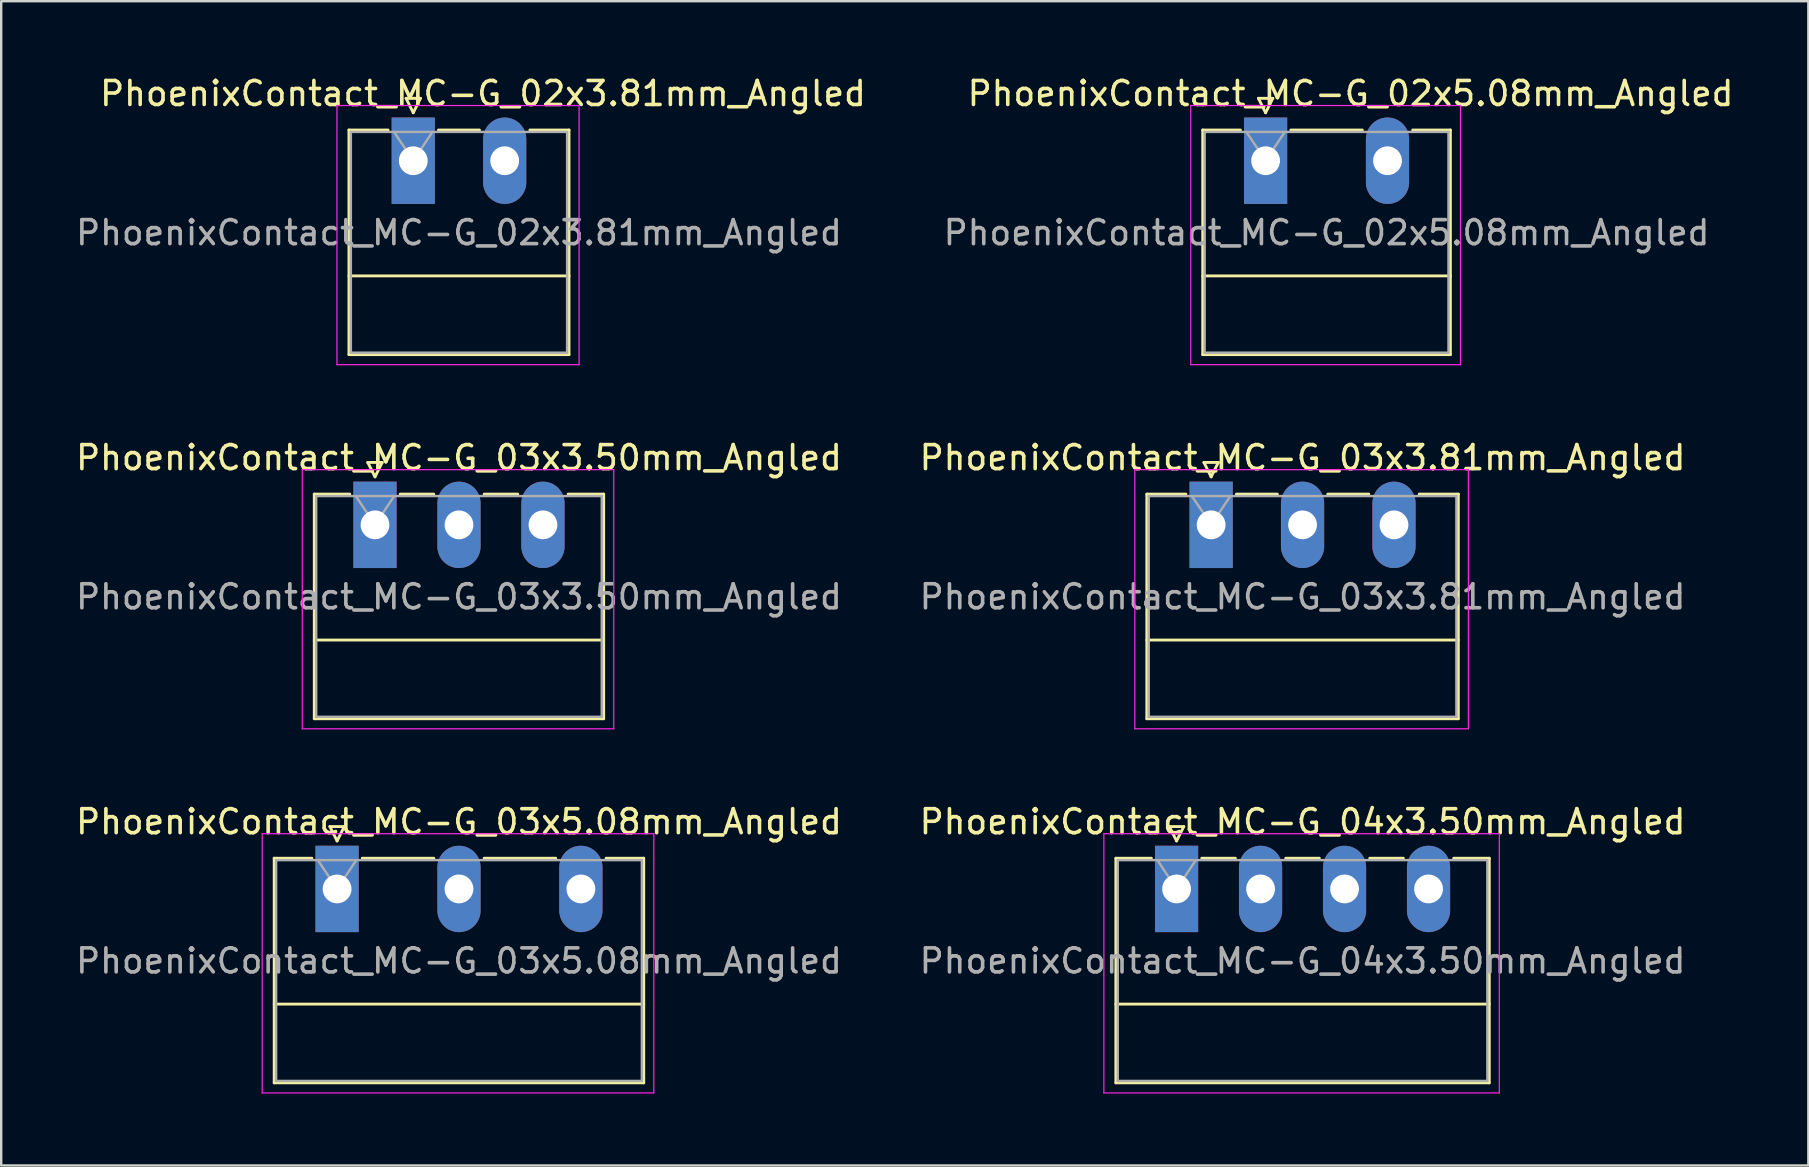
<source format=kicad_pcb>
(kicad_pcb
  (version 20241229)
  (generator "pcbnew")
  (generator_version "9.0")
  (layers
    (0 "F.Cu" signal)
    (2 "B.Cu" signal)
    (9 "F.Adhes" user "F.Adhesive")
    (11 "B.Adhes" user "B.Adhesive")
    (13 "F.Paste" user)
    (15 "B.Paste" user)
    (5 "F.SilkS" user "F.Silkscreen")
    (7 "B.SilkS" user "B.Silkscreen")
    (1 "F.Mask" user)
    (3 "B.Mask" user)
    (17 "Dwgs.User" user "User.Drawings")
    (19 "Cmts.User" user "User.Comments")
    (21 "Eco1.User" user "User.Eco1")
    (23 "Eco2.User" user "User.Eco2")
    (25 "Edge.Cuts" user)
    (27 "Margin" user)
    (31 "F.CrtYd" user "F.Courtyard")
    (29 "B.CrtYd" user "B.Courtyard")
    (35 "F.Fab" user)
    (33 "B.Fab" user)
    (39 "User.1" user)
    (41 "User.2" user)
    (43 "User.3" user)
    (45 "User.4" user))
  (footprint "PhoenixContact_MC-G_03x5.08mm_Angled"
    (layer "F.Cu")
    (at 10.997 33.995)
    (property "Reference" "PhoenixContact_MC-G_03x5.08mm_Angled" (at 5.08 -2.8 0) (layer "F.SilkS") (effects (font (size 1 1) (thickness 0.15))))
    (attr through_hole)
    (fp_line (start -2.62 -1.28) (end -2.62 8.08) (stroke (width 0.12) (type solid)) (layer "F.SilkS"))
    (fp_line (start -2.62 -1.28) (end -1.05 -1.28) (stroke (width 0.12) (type solid)) (layer "F.SilkS"))
    (fp_line (start -2.62 4.8) (end 12.78 4.8) (stroke (width 0.12) (type solid)) (layer "F.SilkS"))
    (fp_line (start -2.62 8.08) (end 12.78 8.08) (stroke (width 0.12) (type solid)) (layer "F.SilkS"))
    (fp_line (start -0.3 -2.6) (end 0.3 -2.6) (stroke (width 0.12) (type solid)) (layer "F.SilkS"))
    (fp_line (start 0 -2) (end -0.3 -2.6) (stroke (width 0.12) (type solid)) (layer "F.SilkS"))
    (fp_line (start 0.3 -2.6) (end 0 -2) (stroke (width 0.12) (type solid)) (layer "F.SilkS"))
    (fp_line (start 1.05 -1.28) (end 4.03 -1.28) (stroke (width 0.12) (type solid)) (layer "F.SilkS"))
    (fp_line (start 6.13 -1.28) (end 9.11 -1.28) (stroke (width 0.12) (type solid)) (layer "F.SilkS"))
    (fp_line (start 12.78 -1.28) (end 11.21 -1.28) (stroke (width 0.12) (type solid)) (layer "F.SilkS"))
    (fp_line (start 12.78 8.08) (end 12.78 -1.28) (stroke (width 0.12) (type solid)) (layer "F.SilkS"))
    (fp_line (start -3.12 -2.3) (end -3.12 8.5) (stroke (width 0.05) (type solid)) (layer "F.CrtYd"))
    (fp_line (start -3.12 8.5) (end 13.2 8.5) (stroke (width 0.05) (type solid)) (layer "F.CrtYd"))
    (fp_line (start 13.2 -2.3) (end -3.12 -2.3) (stroke (width 0.05) (type solid)) (layer "F.CrtYd"))
    (fp_line (start 13.2 8.5) (end 13.2 -2.3) (stroke (width 0.05) (type solid)) (layer "F.CrtYd"))
    (fp_line (start -2.54 -1.2) (end -2.54 8) (stroke (width 0.1) (type solid)) (layer "F.Fab"))
    (fp_line (start -2.54 8) (end 12.7 8) (stroke (width 0.1) (type solid)) (layer "F.Fab"))
    (fp_line (start 0 0) (end -0.8 -1.2) (stroke (width 0.1) (type solid)) (layer "F.Fab"))
    (fp_line (start 0.8 -1.2) (end 0 0) (stroke (width 0.1) (type solid)) (layer "F.Fab"))
    (fp_line (start 12.7 -1.2) (end -2.54 -1.2) (stroke (width 0.1) (type solid)) (layer "F.Fab"))
    (fp_line (start 12.7 8) (end 12.7 -1.2) (stroke (width 0.1) (type solid)) (layer "F.Fab"))
    (fp_text user "${REFERENCE}" (at 5.08 3 0) (layer "F.Fab") (effects (font (size 1 1) (thickness 0.15))))
    (pad "1" thru_hole rect (at 0 0) (size 1.8 3.6) (drill 1.2) (layers "*.Cu" "*.Mask"))
    (pad "2" thru_hole oval (at 5.08 0) (size 1.8 3.6) (drill 1.2) (layers "*.Cu" "*.Mask"))
    (pad "3" thru_hole oval (at 10.16 0) (size 1.8 3.6) (drill 1.2) (layers "*.Cu" "*.Mask")))
  (footprint "PhoenixContact_MC-G_02x3.81mm_Angled"
    (layer "F.Cu")
    (at 14.172 3.648)
    (property "Reference" "PhoenixContact_MC-G_02x3.81mm_Angled" (at 2.905 -2.8 0) (layer "F.SilkS") (effects (font (size 1 1) (thickness 0.15))))
    (attr through_hole)
    (fp_line (start -2.68 -1.28) (end -2.68 8.08) (stroke (width 0.12) (type solid)) (layer "F.SilkS"))
    (fp_line (start -2.68 -1.28) (end -1.05 -1.28) (stroke (width 0.12) (type solid)) (layer "F.SilkS"))
    (fp_line (start -2.68 4.8) (end 6.49 4.8) (stroke (width 0.12) (type solid)) (layer "F.SilkS"))
    (fp_line (start -2.68 8.08) (end 6.49 8.08) (stroke (width 0.12) (type solid)) (layer "F.SilkS"))
    (fp_line (start -0.3 -2.6) (end 0.3 -2.6) (stroke (width 0.12) (type solid)) (layer "F.SilkS"))
    (fp_line (start 0 -2) (end -0.3 -2.6) (stroke (width 0.12) (type solid)) (layer "F.SilkS"))
    (fp_line (start 0.3 -2.6) (end 0 -2) (stroke (width 0.12) (type solid)) (layer "F.SilkS"))
    (fp_line (start 1.05 -1.28) (end 2.76 -1.28) (stroke (width 0.12) (type solid)) (layer "F.SilkS"))
    (fp_line (start 6.49 -1.28) (end 4.86 -1.28) (stroke (width 0.12) (type solid)) (layer "F.SilkS"))
    (fp_line (start 6.49 8.08) (end 6.49 -1.28) (stroke (width 0.12) (type solid)) (layer "F.SilkS"))
    (fp_line (start -3.18 -2.3) (end -3.18 8.5) (stroke (width 0.05) (type solid)) (layer "F.CrtYd"))
    (fp_line (start -3.18 8.5) (end 6.91 8.5) (stroke (width 0.05) (type solid)) (layer "F.CrtYd"))
    (fp_line (start 6.91 -2.3) (end -3.18 -2.3) (stroke (width 0.05) (type solid)) (layer "F.CrtYd"))
    (fp_line (start 6.91 8.5) (end 6.91 -2.3) (stroke (width 0.05) (type solid)) (layer "F.CrtYd"))
    (fp_line (start -2.6 -1.2) (end -2.6 8) (stroke (width 0.1) (type solid)) (layer "F.Fab"))
    (fp_line (start -2.6 8) (end 6.41 8) (stroke (width 0.1) (type solid)) (layer "F.Fab"))
    (fp_line (start 0 0) (end -0.8 -1.2) (stroke (width 0.1) (type solid)) (layer "F.Fab"))
    (fp_line (start 0.8 -1.2) (end 0 0) (stroke (width 0.1) (type solid)) (layer "F.Fab"))
    (fp_line (start 6.41 -1.2) (end -2.6 -1.2) (stroke (width 0.1) (type solid)) (layer "F.Fab"))
    (fp_line (start 6.41 8) (end 6.41 -1.2) (stroke (width 0.1) (type solid)) (layer "F.Fab"))
    (fp_text user "${REFERENCE}" (at 1.905 3 0) (layer "F.Fab") (effects (font (size 1 1) (thickness 0.15))))
    (pad "1" thru_hole rect (at 0 0) (size 1.8 3.6) (drill 1.2) (layers "*.Cu" "*.Mask"))
    (pad "2" thru_hole oval (at 3.81 0) (size 1.8 3.6) (drill 1.2) (layers "*.Cu" "*.Mask")))
  (footprint "PhoenixContact_MC-G_03x3.81mm_Angled"
    (layer "F.Cu")
    (at 47.422 18.822)
    (property "Reference" "PhoenixContact_MC-G_03x3.81mm_Angled" (at 3.81 -2.8 0) (layer "F.SilkS") (effects (font (size 1 1) (thickness 0.15))))
    (attr through_hole)
    (fp_line (start -2.68 -1.28) (end -2.68 8.08) (stroke (width 0.12) (type solid)) (layer "F.SilkS"))
    (fp_line (start -2.68 -1.28) (end -1.05 -1.28) (stroke (width 0.12) (type solid)) (layer "F.SilkS"))
    (fp_line (start -2.68 4.8) (end 10.3 4.8) (stroke (width 0.12) (type solid)) (layer "F.SilkS"))
    (fp_line (start -2.68 8.08) (end 10.3 8.08) (stroke (width 0.12) (type solid)) (layer "F.SilkS"))
    (fp_line (start -0.3 -2.6) (end 0.3 -2.6) (stroke (width 0.12) (type solid)) (layer "F.SilkS"))
    (fp_line (start 0 -2) (end -0.3 -2.6) (stroke (width 0.12) (type solid)) (layer "F.SilkS"))
    (fp_line (start 0.3 -2.6) (end 0 -2) (stroke (width 0.12) (type solid)) (layer "F.SilkS"))
    (fp_line (start 1.05 -1.28) (end 2.76 -1.28) (stroke (width 0.12) (type solid)) (layer "F.SilkS"))
    (fp_line (start 4.86 -1.28) (end 6.57 -1.28) (stroke (width 0.12) (type solid)) (layer "F.SilkS"))
    (fp_line (start 10.3 -1.28) (end 8.67 -1.28) (stroke (width 0.12) (type solid)) (layer "F.SilkS"))
    (fp_line (start 10.3 8.08) (end 10.3 -1.28) (stroke (width 0.12) (type solid)) (layer "F.SilkS"))
    (fp_line (start -3.18 -2.3) (end -3.18 8.5) (stroke (width 0.05) (type solid)) (layer "F.CrtYd"))
    (fp_line (start -3.18 8.5) (end 10.72 8.5) (stroke (width 0.05) (type solid)) (layer "F.CrtYd"))
    (fp_line (start 10.72 -2.3) (end -3.18 -2.3) (stroke (width 0.05) (type solid)) (layer "F.CrtYd"))
    (fp_line (start 10.72 8.5) (end 10.72 -2.3) (stroke (width 0.05) (type solid)) (layer "F.CrtYd"))
    (fp_line (start -2.6 -1.2) (end -2.6 8) (stroke (width 0.1) (type solid)) (layer "F.Fab"))
    (fp_line (start -2.6 8) (end 10.22 8) (stroke (width 0.1) (type solid)) (layer "F.Fab"))
    (fp_line (start 0 0) (end -0.8 -1.2) (stroke (width 0.1) (type solid)) (layer "F.Fab"))
    (fp_line (start 0.8 -1.2) (end 0 0) (stroke (width 0.1) (type solid)) (layer "F.Fab"))
    (fp_line (start 10.22 -1.2) (end -2.6 -1.2) (stroke (width 0.1) (type solid)) (layer "F.Fab"))
    (fp_line (start 10.22 8) (end 10.22 -1.2) (stroke (width 0.1) (type solid)) (layer "F.Fab"))
    (fp_text user "${REFERENCE}" (at 3.81 3 0) (layer "F.Fab") (effects (font (size 1 1) (thickness 0.15))))
    (pad "1" thru_hole rect (at 0 0) (size 1.8 3.6) (drill 1.2) (layers "*.Cu" "*.Mask"))
    (pad "2" thru_hole oval (at 3.81 0) (size 1.8 3.6) (drill 1.2) (layers "*.Cu" "*.Mask"))
    (pad "3" thru_hole oval (at 7.62 0) (size 1.8 3.6) (drill 1.2) (layers "*.Cu" "*.Mask")))
  (footprint "PhoenixContact_MC-G_04x3.50mm_Angled"
    (layer "F.Cu")
    (at 45.982 33.995)
    (property "Reference" "PhoenixContact_MC-G_04x3.50mm_Angled" (at 5.25 -2.8 0) (layer "F.SilkS") (effects (font (size 1 1) (thickness 0.15))))
    (attr through_hole)
    (fp_line (start -2.53 -1.28) (end -2.53 8.08) (stroke (width 0.12) (type solid)) (layer "F.SilkS"))
    (fp_line (start -2.53 -1.28) (end -1.05 -1.28) (stroke (width 0.12) (type solid)) (layer "F.SilkS"))
    (fp_line (start -2.53 4.8) (end 13.03 4.8) (stroke (width 0.12) (type solid)) (layer "F.SilkS"))
    (fp_line (start -2.53 8.08) (end 13.03 8.08) (stroke (width 0.12) (type solid)) (layer "F.SilkS"))
    (fp_line (start -0.3 -2.6) (end 0.3 -2.6) (stroke (width 0.12) (type solid)) (layer "F.SilkS"))
    (fp_line (start 0 -2) (end -0.3 -2.6) (stroke (width 0.12) (type solid)) (layer "F.SilkS"))
    (fp_line (start 0.3 -2.6) (end 0 -2) (stroke (width 0.12) (type solid)) (layer "F.SilkS"))
    (fp_line (start 1.05 -1.28) (end 2.45 -1.28) (stroke (width 0.12) (type solid)) (layer "F.SilkS"))
    (fp_line (start 4.55 -1.28) (end 5.95 -1.28) (stroke (width 0.12) (type solid)) (layer "F.SilkS"))
    (fp_line (start 8.05 -1.28) (end 9.45 -1.28) (stroke (width 0.12) (type solid)) (layer "F.SilkS"))
    (fp_line (start 13.03 -1.28) (end 11.55 -1.28) (stroke (width 0.12) (type solid)) (layer "F.SilkS"))
    (fp_line (start 13.03 8.08) (end 13.03 -1.28) (stroke (width 0.12) (type solid)) (layer "F.SilkS"))
    (fp_line (start -3.03 -2.3) (end -3.03 8.5) (stroke (width 0.05) (type solid)) (layer "F.CrtYd"))
    (fp_line (start -3.03 8.5) (end 13.45 8.5) (stroke (width 0.05) (type solid)) (layer "F.CrtYd"))
    (fp_line (start 13.45 -2.3) (end -3.03 -2.3) (stroke (width 0.05) (type solid)) (layer "F.CrtYd"))
    (fp_line (start 13.45 8.5) (end 13.45 -2.3) (stroke (width 0.05) (type solid)) (layer "F.CrtYd"))
    (fp_line (start -2.45 -1.2) (end -2.45 8) (stroke (width 0.1) (type solid)) (layer "F.Fab"))
    (fp_line (start -2.45 8) (end 12.95 8) (stroke (width 0.1) (type solid)) (layer "F.Fab"))
    (fp_line (start 0 0) (end -0.8 -1.2) (stroke (width 0.1) (type solid)) (layer "F.Fab"))
    (fp_line (start 0.8 -1.2) (end 0 0) (stroke (width 0.1) (type solid)) (layer "F.Fab"))
    (fp_line (start 12.95 -1.2) (end -2.45 -1.2) (stroke (width 0.1) (type solid)) (layer "F.Fab"))
    (fp_line (start 12.95 8) (end 12.95 -1.2) (stroke (width 0.1) (type solid)) (layer "F.Fab"))
    (fp_text user "${REFERENCE}" (at 5.25 3 0) (layer "F.Fab") (effects (font (size 1 1) (thickness 0.15))))
    (pad "1" thru_hole rect (at 0 0) (size 1.8 3.6) (drill 1.2) (layers "*.Cu" "*.Mask"))
    (pad "2" thru_hole oval (at 3.5 0) (size 1.8 3.6) (drill 1.2) (layers "*.Cu" "*.Mask"))
    (pad "3" thru_hole oval (at 7 0) (size 1.8 3.6) (drill 1.2) (layers "*.Cu" "*.Mask"))
    (pad "4" thru_hole oval (at 10.5 0) (size 1.8 3.6) (drill 1.2) (layers "*.Cu" "*.Mask")))
  (footprint "PhoenixContact_MC-G_02x5.08mm_Angled"
    (layer "F.Cu")
    (at 49.692 3.648)
    (property "Reference" "PhoenixContact_MC-G_02x5.08mm_Angled" (at 3.54 -2.8 0) (layer "F.SilkS") (effects (font (size 1 1) (thickness 0.15))))
    (attr through_hole)
    (fp_line (start -2.62 -1.28) (end -2.62 8.08) (stroke (width 0.12) (type solid)) (layer "F.SilkS"))
    (fp_line (start -2.62 -1.28) (end -1.05 -1.28) (stroke (width 0.12) (type solid)) (layer "F.SilkS"))
    (fp_line (start -2.62 4.8) (end 7.7 4.8) (stroke (width 0.12) (type solid)) (layer "F.SilkS"))
    (fp_line (start -2.62 8.08) (end 7.7 8.08) (stroke (width 0.12) (type solid)) (layer "F.SilkS"))
    (fp_line (start -0.3 -2.6) (end 0.3 -2.6) (stroke (width 0.12) (type solid)) (layer "F.SilkS"))
    (fp_line (start 0 -2) (end -0.3 -2.6) (stroke (width 0.12) (type solid)) (layer "F.SilkS"))
    (fp_line (start 0.3 -2.6) (end 0 -2) (stroke (width 0.12) (type solid)) (layer "F.SilkS"))
    (fp_line (start 1.05 -1.28) (end 4.03 -1.28) (stroke (width 0.12) (type solid)) (layer "F.SilkS"))
    (fp_line (start 7.7 -1.28) (end 6.13 -1.28) (stroke (width 0.12) (type solid)) (layer "F.SilkS"))
    (fp_line (start 7.7 8.08) (end 7.7 -1.28) (stroke (width 0.12) (type solid)) (layer "F.SilkS"))
    (fp_line (start -3.12 -2.3) (end -3.12 8.5) (stroke (width 0.05) (type solid)) (layer "F.CrtYd"))
    (fp_line (start -3.12 8.5) (end 8.12 8.5) (stroke (width 0.05) (type solid)) (layer "F.CrtYd"))
    (fp_line (start 8.12 -2.3) (end -3.12 -2.3) (stroke (width 0.05) (type solid)) (layer "F.CrtYd"))
    (fp_line (start 8.12 8.5) (end 8.12 -2.3) (stroke (width 0.05) (type solid)) (layer "F.CrtYd"))
    (fp_line (start -2.54 -1.2) (end -2.54 8) (stroke (width 0.1) (type solid)) (layer "F.Fab"))
    (fp_line (start -2.54 8) (end 7.62 8) (stroke (width 0.1) (type solid)) (layer "F.Fab"))
    (fp_line (start 0 0) (end -0.8 -1.2) (stroke (width 0.1) (type solid)) (layer "F.Fab"))
    (fp_line (start 0.8 -1.2) (end 0 0) (stroke (width 0.1) (type solid)) (layer "F.Fab"))
    (fp_line (start 7.62 -1.2) (end -2.54 -1.2) (stroke (width 0.1) (type solid)) (layer "F.Fab"))
    (fp_line (start 7.62 8) (end 7.62 -1.2) (stroke (width 0.1) (type solid)) (layer "F.Fab"))
    (fp_text user "${REFERENCE}" (at 2.54 3 0) (layer "F.Fab") (effects (font (size 1 1) (thickness 0.15))))
    (pad "1" thru_hole rect (at 0 0) (size 1.8 3.6) (drill 1.2) (layers "*.Cu" "*.Mask"))
    (pad "2" thru_hole oval (at 5.08 0) (size 1.8 3.6) (drill 1.2) (layers "*.Cu" "*.Mask")))
  (footprint "PhoenixContact_MC-G_03x3.50mm_Angled"
    (layer "F.Cu")
    (at 12.577 18.822)
    (property "Reference" "PhoenixContact_MC-G_03x3.50mm_Angled" (at 3.5 -2.8 0) (layer "F.SilkS") (effects (font (size 1 1) (thickness 0.15))))
    (attr through_hole)
    (fp_line (start -2.53 -1.28) (end -2.53 8.08) (stroke (width 0.12) (type solid)) (layer "F.SilkS"))
    (fp_line (start -2.53 -1.28) (end -1.05 -1.28) (stroke (width 0.12) (type solid)) (layer "F.SilkS"))
    (fp_line (start -2.53 4.8) (end 9.53 4.8) (stroke (width 0.12) (type solid)) (layer "F.SilkS"))
    (fp_line (start -2.53 8.08) (end 9.53 8.08) (stroke (width 0.12) (type solid)) (layer "F.SilkS"))
    (fp_line (start -0.3 -2.6) (end 0.3 -2.6) (stroke (width 0.12) (type solid)) (layer "F.SilkS"))
    (fp_line (start 0 -2) (end -0.3 -2.6) (stroke (width 0.12) (type solid)) (layer "F.SilkS"))
    (fp_line (start 0.3 -2.6) (end 0 -2) (stroke (width 0.12) (type solid)) (layer "F.SilkS"))
    (fp_line (start 1.05 -1.28) (end 2.45 -1.28) (stroke (width 0.12) (type solid)) (layer "F.SilkS"))
    (fp_line (start 4.55 -1.28) (end 5.95 -1.28) (stroke (width 0.12) (type solid)) (layer "F.SilkS"))
    (fp_line (start 9.53 -1.28) (end 8.05 -1.28) (stroke (width 0.12) (type solid)) (layer "F.SilkS"))
    (fp_line (start 9.53 8.08) (end 9.53 -1.28) (stroke (width 0.12) (type solid)) (layer "F.SilkS"))
    (fp_line (start -3.03 -2.3) (end -3.03 8.5) (stroke (width 0.05) (type solid)) (layer "F.CrtYd"))
    (fp_line (start -3.03 8.5) (end 9.95 8.5) (stroke (width 0.05) (type solid)) (layer "F.CrtYd"))
    (fp_line (start 9.95 -2.3) (end -3.03 -2.3) (stroke (width 0.05) (type solid)) (layer "F.CrtYd"))
    (fp_line (start 9.95 8.5) (end 9.95 -2.3) (stroke (width 0.05) (type solid)) (layer "F.CrtYd"))
    (fp_line (start -2.45 -1.2) (end -2.45 8) (stroke (width 0.1) (type solid)) (layer "F.Fab"))
    (fp_line (start -2.45 8) (end 9.45 8) (stroke (width 0.1) (type solid)) (layer "F.Fab"))
    (fp_line (start 0 0) (end -0.8 -1.2) (stroke (width 0.1) (type solid)) (layer "F.Fab"))
    (fp_line (start 0.8 -1.2) (end 0 0) (stroke (width 0.1) (type solid)) (layer "F.Fab"))
    (fp_line (start 9.45 -1.2) (end -2.45 -1.2) (stroke (width 0.1) (type solid)) (layer "F.Fab"))
    (fp_line (start 9.45 8) (end 9.45 -1.2) (stroke (width 0.1) (type solid)) (layer "F.Fab"))
    (fp_text user "${REFERENCE}" (at 3.5 3 0) (layer "F.Fab") (effects (font (size 1 1) (thickness 0.15))))
    (pad "1" thru_hole rect (at 0 0) (size 1.8 3.6) (drill 1.2) (layers "*.Cu" "*.Mask"))
    (pad "2" thru_hole oval (at 3.5 0) (size 1.8 3.6) (drill 1.2) (layers "*.Cu" "*.Mask"))
    (pad "3" thru_hole oval (at 7 0) (size 1.8 3.6) (drill 1.2) (layers "*.Cu" "*.Mask")))
  (gr_rect
    (start -3 -3)
    (end 72.31 45.52)
    (stroke (width 0.1) (type default))
    (fill no)
    (layer "Edge.Cuts")))
</source>
